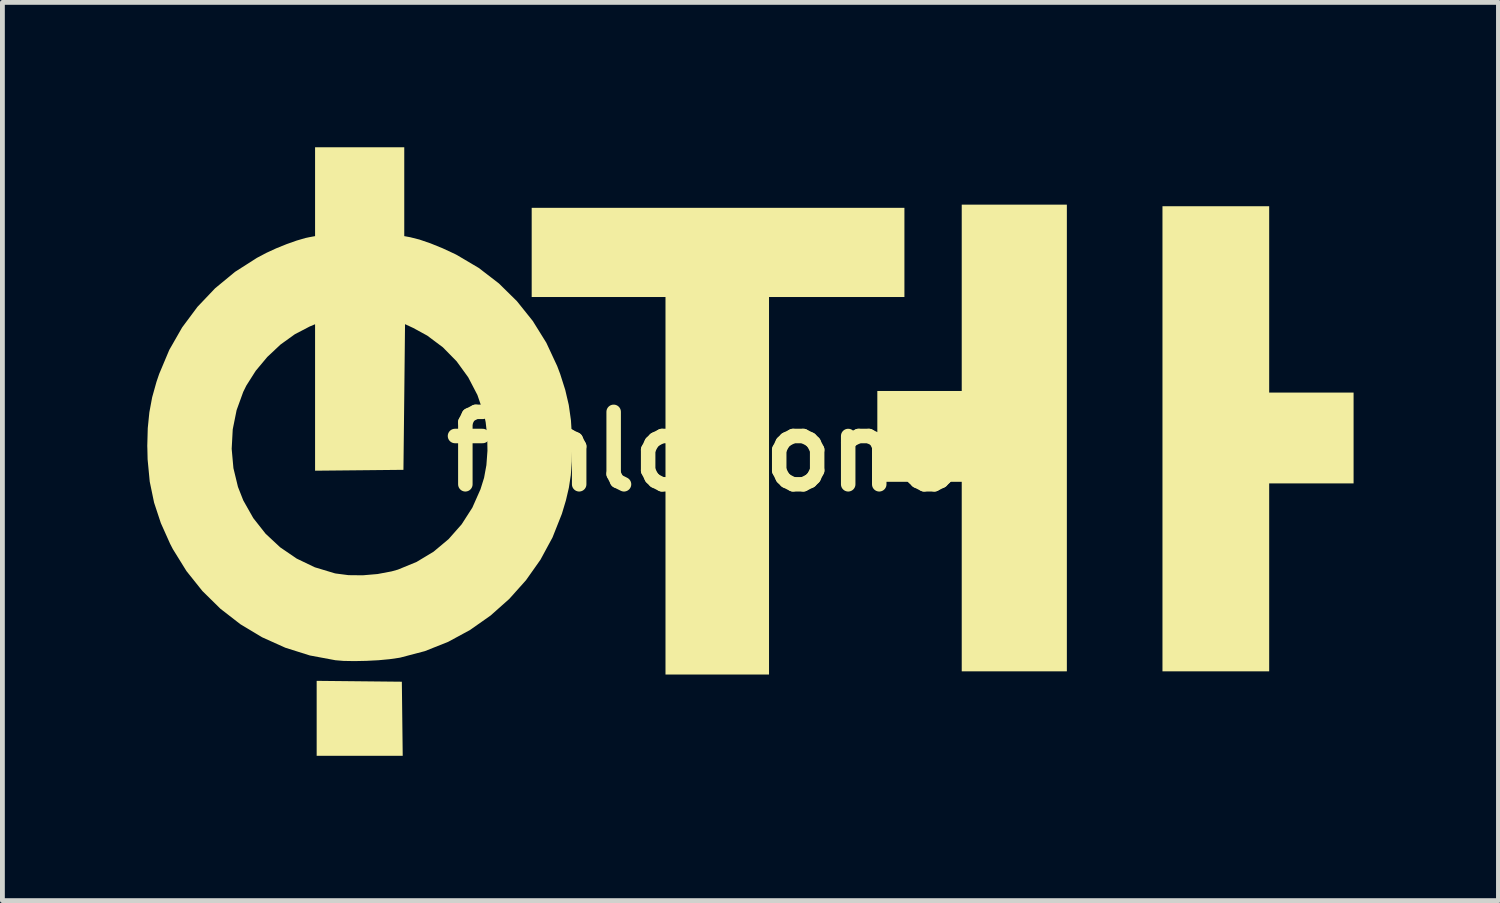
<source format=kicad_pcb>
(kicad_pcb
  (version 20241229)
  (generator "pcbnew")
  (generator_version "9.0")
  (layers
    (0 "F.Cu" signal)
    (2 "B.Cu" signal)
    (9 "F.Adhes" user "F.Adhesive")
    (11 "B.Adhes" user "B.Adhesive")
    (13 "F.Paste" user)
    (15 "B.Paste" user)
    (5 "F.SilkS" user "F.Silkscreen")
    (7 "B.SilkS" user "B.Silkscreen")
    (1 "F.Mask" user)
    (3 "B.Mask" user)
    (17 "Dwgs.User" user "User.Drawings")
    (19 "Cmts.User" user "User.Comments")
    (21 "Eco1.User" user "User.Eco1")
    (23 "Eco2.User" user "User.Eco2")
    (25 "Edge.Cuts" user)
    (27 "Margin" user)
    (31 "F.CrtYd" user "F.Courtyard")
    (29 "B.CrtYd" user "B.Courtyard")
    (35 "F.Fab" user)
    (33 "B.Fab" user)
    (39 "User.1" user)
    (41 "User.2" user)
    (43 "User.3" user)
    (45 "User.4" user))
  (footprint "ftnlogonovi"
    (layer "F.Cu")
    (at 12.48 6.301)
    (property "Reference" "ftnlogonovi" (at 0 0 0) (layer "F.SilkS") (effects (font (size 1.5 1.5) (thickness 0.3))))
    (attr board_only exclude_from_pos_files exclude_from_bom)
    (fp_poly (pts (xy -8.09 4.758) (xy -7.208 4.767) (xy -7.199 5.534) (xy -7.19 6.301) (xy -8.081 6.301) (xy -8.972 6.301) (xy -8.972 5.525) (xy -8.972 4.749)) (stroke (width 0) (type solid)) (fill yes) (layer "F.SilkS"))
    (fp_poly (pts (xy 3.2 -4.123) (xy 3.2 -3.2) (xy 1.798 -3.2) (xy 0.396 -3.2) (xy 0.396 0.709) (xy 0.396 4.618) (xy -0.676 4.618) (xy -1.748 4.618) (xy -1.748 0.709) (xy -1.748 -3.2) (xy -3.134 -3.2) (xy -4.519 -3.2) (xy -4.519 -4.123) (xy -4.519 -5.047) (xy -0.66 -5.047) (xy 3.2 -5.047)) (stroke (width 0) (type solid)) (fill yes) (layer "F.SilkS"))
    (fp_poly (pts (xy 6.564 -0.28) (xy 6.564 4.552) (xy 5.476 4.552) (xy 4.387 4.552) (xy 4.387 2.589) (xy 4.387 0.627) (xy 3.513 0.627) (xy 2.639 0.627) (xy 2.639 -0.313) (xy 2.639 -1.254) (xy 3.513 -1.254) (xy 4.387 -1.254) (xy 4.387 -3.183) (xy 4.387 -5.113) (xy 5.476 -5.113) (xy 6.564 -5.113)) (stroke (width 0) (type solid)) (fill yes) (layer "F.SilkS"))
    (fp_poly (pts (xy 10.754 -3.15) (xy 10.754 -1.221) (xy 11.628 -1.221) (xy 12.502 -1.221) (xy 12.502 -0.28) (xy 12.502 0.66) (xy 11.628 0.66) (xy 10.754 0.66) (xy 10.754 2.606) (xy 10.754 4.552) (xy 9.649 4.552) (xy 8.544 4.552) (xy 8.544 -0.264) (xy 8.544 -5.08) (xy 9.649 -5.08) (xy 10.754 -5.08)) (stroke (width 0) (type solid)) (fill yes) (layer "F.SilkS"))
    (fp_poly (pts (xy -7.158 -5.381) (xy -7.158 -4.461) (xy -7.034 -4.438) (xy -6.844 -4.39) (xy -6.616 -4.312) (xy -6.365 -4.21) (xy -6.109 -4.091) (xy -6.07 -4.071) (xy -5.615 -3.802) (xy -5.199 -3.482) (xy -4.825 -3.114) (xy -4.496 -2.703) (xy -4.216 -2.253) (xy -3.99 -1.768) (xy -3.929 -1.606) (xy -3.824 -1.276) (xy -3.751 -0.964) (xy -3.706 -0.647) (xy -3.685 -0.302) (xy -3.682 -0.115) (xy -3.688 0.208) (xy -3.709 0.49) (xy -3.749 0.75) (xy -3.81 1.011) (xy -3.894 1.291) (xy -4.088 1.78) (xy -4.337 2.24) (xy -4.637 2.665) (xy -4.983 3.052) (xy -5.371 3.397) (xy -5.795 3.695) (xy -6.25 3.942) (xy -6.733 4.134) (xy -7.239 4.267) (xy -7.266 4.272) (xy -7.459 4.3) (xy -7.692 4.322) (xy -7.943 4.335) (xy -8.192 4.34) (xy -8.416 4.336) (xy -8.584 4.322) (xy -9.114 4.223) (xy -9.621 4.063) (xy -10.101 3.847) (xy -10.551 3.577) (xy -10.965 3.256) (xy -11.339 2.888) (xy -11.668 2.476) (xy -11.949 2.023) (xy -12.006 1.913) (xy -12.199 1.482) (xy -12.339 1.058) (xy -12.429 0.624) (xy -12.473 0.163) (xy -12.478 -0.056) (xy -10.732 -0.056) (xy -10.696 0.344) (xy -10.602 0.732) (xy -10.492 1.012) (xy -10.285 1.378) (xy -10.029 1.703) (xy -9.727 1.984) (xy -9.386 2.217) (xy -9.011 2.397) (xy -8.607 2.519) (xy -8.577 2.526) (xy -8.313 2.56) (xy -8.017 2.563) (xy -7.711 2.537) (xy -7.42 2.482) (xy -7.289 2.445) (xy -6.904 2.287) (xy -6.552 2.075) (xy -6.24 1.814) (xy -5.97 1.508) (xy -5.748 1.162) (xy -5.579 0.781) (xy -5.505 0.544) (xy -5.457 0.282) (xy -5.435 -0.015) (xy -5.44 -0.32) (xy -5.472 -0.608) (xy -5.507 -0.775) (xy -5.643 -1.171) (xy -5.834 -1.538) (xy -6.074 -1.869) (xy -6.358 -2.158) (xy -6.681 -2.4) (xy -6.97 -2.558) (xy -7.142 -2.638) (xy -7.158 -1.129) (xy -7.175 0.379) (xy -8.09 0.388) (xy -9.005 0.397) (xy -9.005 -1.119) (xy -9.005 -2.636) (xy -9.117 -2.589) (xy -9.424 -2.429) (xy -9.72 -2.216) (xy -9.994 -1.959) (xy -10.234 -1.672) (xy -10.429 -1.365) (xy -10.493 -1.235) (xy -10.63 -0.857) (xy -10.71 -0.46) (xy -10.732 -0.056) (xy -12.478 -0.056) (xy -12.48 -0.115) (xy -12.47 -0.483) (xy -12.437 -0.811) (xy -12.379 -1.123) (xy -12.29 -1.441) (xy -12.234 -1.606) (xy -12.024 -2.105) (xy -11.758 -2.57) (xy -11.441 -2.996) (xy -11.075 -3.381) (xy -10.663 -3.721) (xy -10.209 -4.011) (xy -10.012 -4.115) (xy -9.81 -4.208) (xy -9.595 -4.295) (xy -9.386 -4.369) (xy -9.204 -4.422) (xy -9.129 -4.438) (xy -9.005 -4.461) (xy -9.005 -5.381) (xy -9.005 -6.301) (xy -8.082 -6.301) (xy -7.158 -6.301)) (stroke (width 0) (type solid)) (fill yes) (layer "F.SilkS")))
  (gr_rect
    (start -3 -3)
    (end 27.982 15.601)
    (stroke (width 0.1) (type default))
    (fill no)
    (layer "Edge.Cuts")))
</source>
